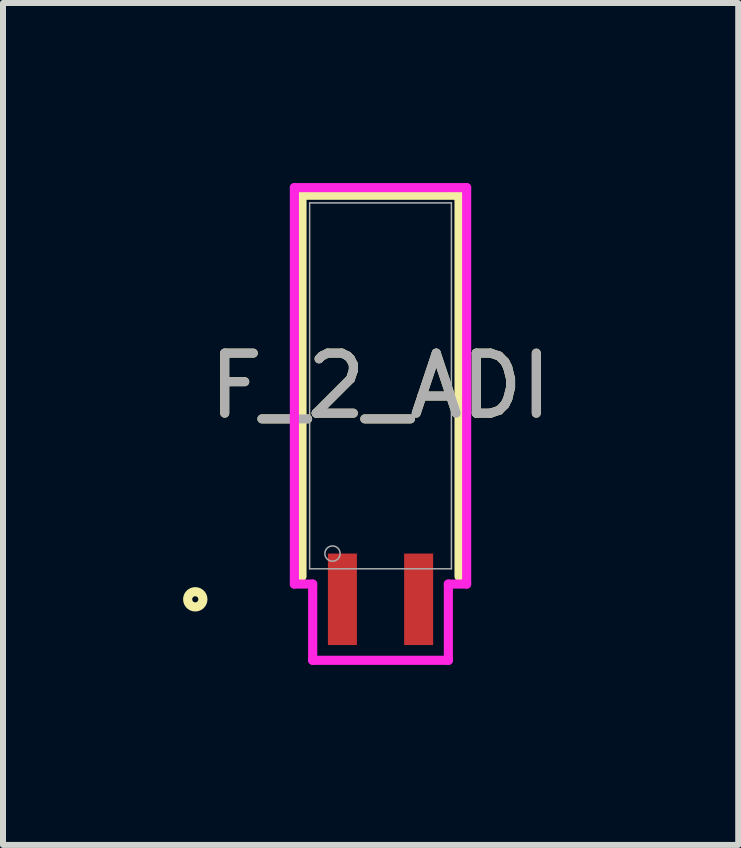
<source format=kicad_pcb>
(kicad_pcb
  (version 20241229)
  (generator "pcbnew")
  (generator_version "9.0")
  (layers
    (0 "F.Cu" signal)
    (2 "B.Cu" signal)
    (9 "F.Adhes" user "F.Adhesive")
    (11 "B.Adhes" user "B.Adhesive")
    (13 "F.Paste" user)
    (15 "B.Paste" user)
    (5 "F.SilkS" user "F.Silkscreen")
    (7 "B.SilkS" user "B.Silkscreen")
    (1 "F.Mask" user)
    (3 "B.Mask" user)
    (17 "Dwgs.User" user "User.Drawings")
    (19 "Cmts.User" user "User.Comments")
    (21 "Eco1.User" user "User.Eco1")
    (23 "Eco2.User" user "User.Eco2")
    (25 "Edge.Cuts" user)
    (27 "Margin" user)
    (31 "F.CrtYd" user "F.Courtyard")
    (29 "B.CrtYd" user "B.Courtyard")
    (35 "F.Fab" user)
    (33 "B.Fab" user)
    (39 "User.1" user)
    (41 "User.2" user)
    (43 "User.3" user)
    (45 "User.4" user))
  (footprint "F_2_ADI"
    (layer "F.Cu")
    (at 2.654 6.934)
    (property "Reference" "F_2_ADI" (at 0.635 -3.556 0) (unlocked yes) (layer "F.SilkS") (effects (font (size 1 1) (thickness 0.15))))
    (attr smd)
    (fp_line (start -0.673 -6.731) (end -0.673 -0.381) (stroke (width 0.152) (type solid)) (layer "F.SilkS"))
    (fp_line (start 1.943 -6.731) (end -0.673 -6.731) (stroke (width 0.152) (type solid)) (layer "F.SilkS"))
    (fp_line (start 1.943 -0.381) (end 1.943 -6.731) (stroke (width 0.152) (type solid)) (layer "F.SilkS"))
    (fp_circle (center -2.451 0) (end -2.324 0) (stroke (width 0.152) (type solid)) (fill no) (layer "F.SilkS"))
    (fp_line (start -0.8 -6.858) (end -0.8 -0.254) (stroke (width 0.152) (type solid)) (layer "F.CrtYd"))
    (fp_line (start -0.8 -6.858) (end 2.07 -6.858) (stroke (width 0.152) (type solid)) (layer "F.CrtYd"))
    (fp_line (start -0.495 -0.254) (end -0.8 -0.254) (stroke (width 0.152) (type solid)) (layer "F.CrtYd"))
    (fp_line (start -0.495 1.016) (end -0.495 -0.254) (stroke (width 0.152) (type solid)) (layer "F.CrtYd"))
    (fp_line (start 1.765 -0.254) (end 1.765 1.016) (stroke (width 0.152) (type solid)) (layer "F.CrtYd"))
    (fp_line (start 1.765 1.016) (end -0.495 1.016) (stroke (width 0.152) (type solid)) (layer "F.CrtYd"))
    (fp_line (start 2.07 -0.254) (end 1.765 -0.254) (stroke (width 0.152) (type solid)) (layer "F.CrtYd"))
    (fp_line (start 2.07 -0.254) (end 2.07 -6.858) (stroke (width 0.152) (type solid)) (layer "F.CrtYd"))
    (fp_line (start -0.546 -6.604) (end -0.546 -0.508) (stroke (width 0.025) (type solid)) (layer "F.Fab"))
    (fp_line (start -0.546 -0.508) (end 1.816 -0.508) (stroke (width 0.025) (type solid)) (layer "F.Fab"))
    (fp_line (start 1.816 -6.604) (end -0.546 -6.604) (stroke (width 0.025) (type solid)) (layer "F.Fab"))
    (fp_line (start 1.816 -0.508) (end 1.816 -6.604) (stroke (width 0.025) (type solid)) (layer "F.Fab"))
    (fp_circle (center -0.165 -0.762) (end -0.038 -0.762) (stroke (width 0.025) (type solid)) (fill no) (layer "F.Fab"))
    (fp_text user "${REFERENCE}" (at 0.635 -3.556 0) (unlocked yes) (layer "F.Fab") (effects (font (size 1 1) (thickness 0.15))))
    (pad "1" smd rect (at 0 0) (size 0.483 1.524) (layers "F.Cu" "F.Mask" "F.Paste"))
    (pad "2" smd rect (at 1.27 0) (size 0.483 1.524) (layers "F.Cu" "F.Mask" "F.Paste")))
  (gr_rect
    (start -3 -3)
    (end 9.248 11.026)
    (stroke (width 0.1) (type default))
    (fill no)
    (layer "Edge.Cuts")))
</source>
